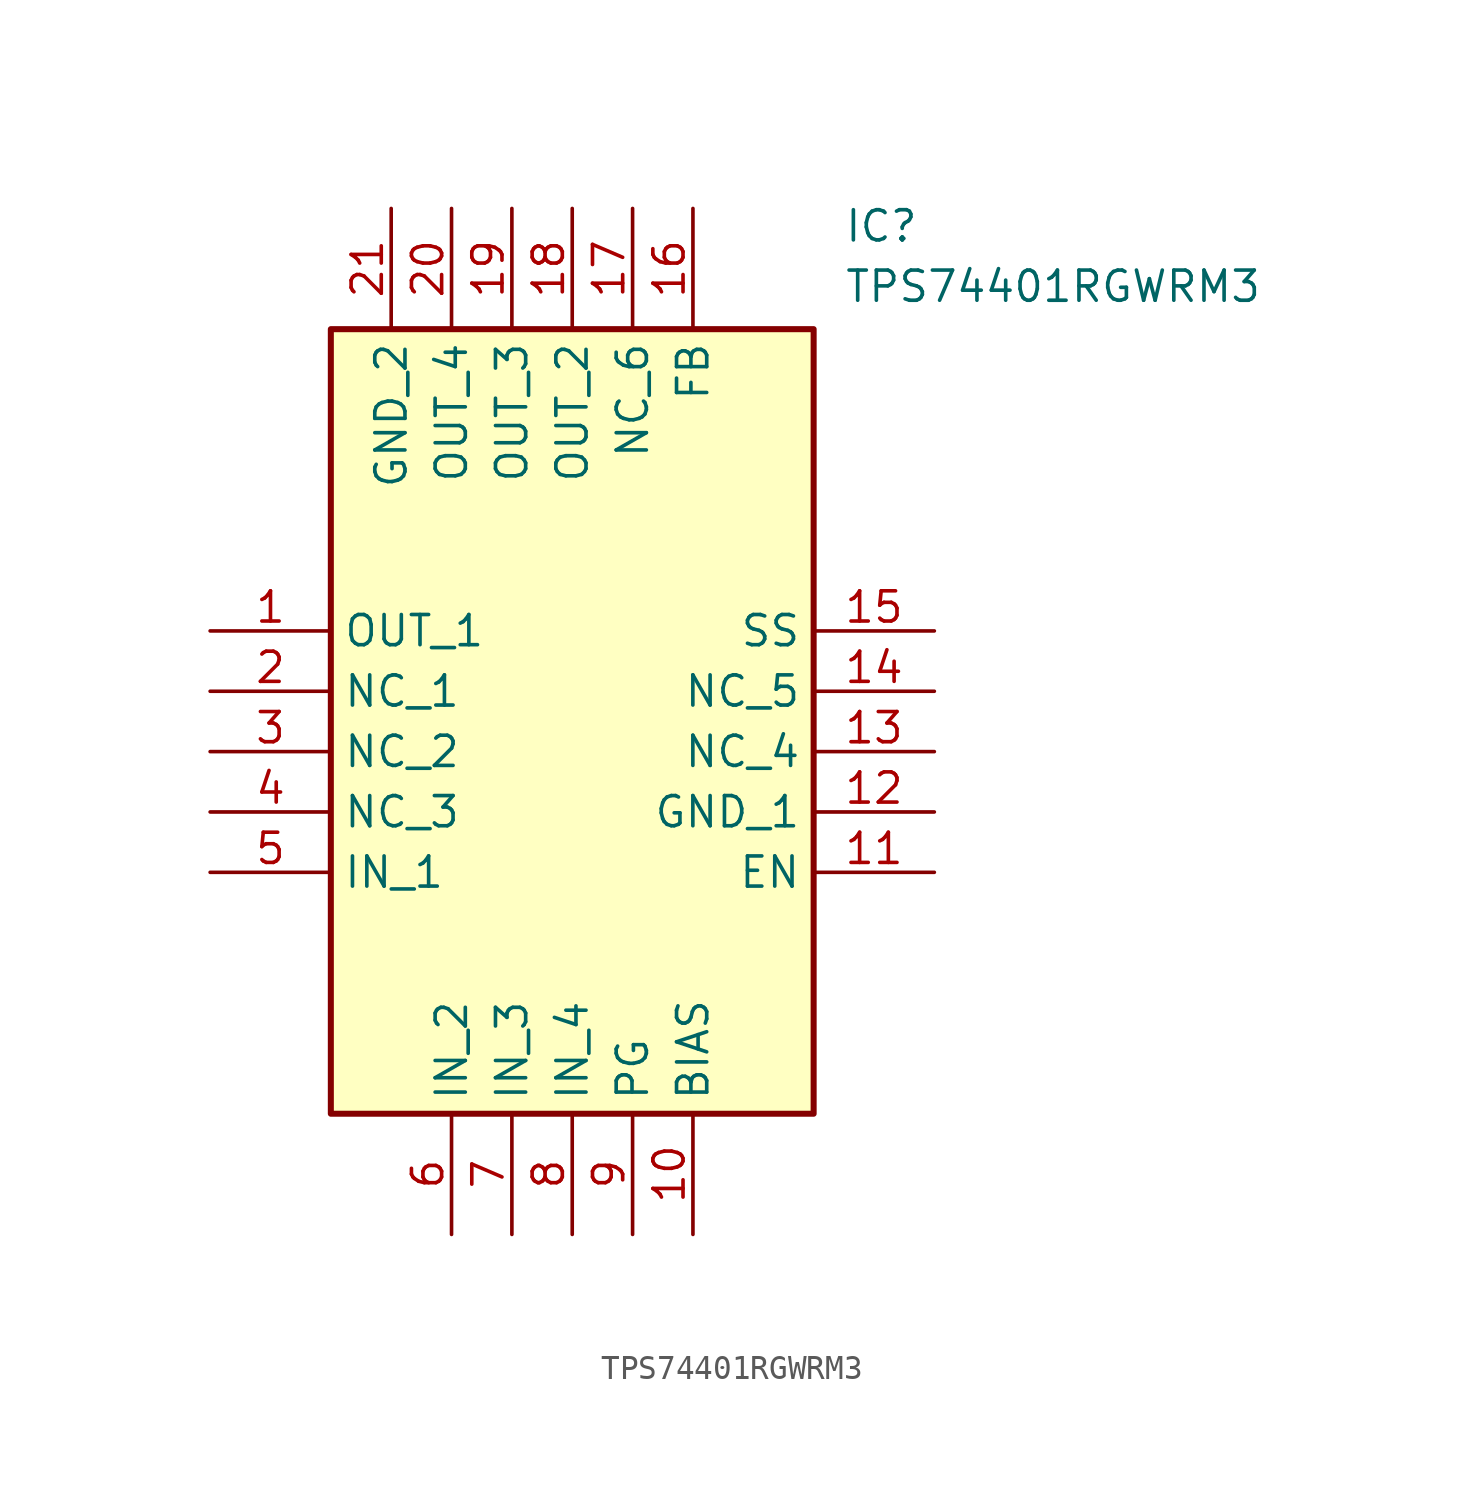
<source format=kicad_sym>
(kicad_symbol_lib
  (version 20211014)
  (generator SamacSys_ECAD_Model)
  (symbol "TPS74401RGWRM3"
    (property "Reference" "IC"
      (at 26.67 17.78 0)
      (effects (font (size 1.27 1.27)) (justify left top)))
    (property "Value" "TPS74401RGWRM3"
      (at 26.67 15.24 0)
      (effects (font (size 1.27 1.27)) (justify left top)))
    (rectangle
      (start 5.08 12.7)
      (end 25.4 -20.32)
      (stroke (width 0.254) (type default))
      (fill (type background)))
    (pin passive line
      (at 0 0 0)
      (length 5.08)
      (name "OUT_1" (effects (font (size 1.27 1.27))))
      (number "1" (effects (font (size 1.27 1.27)))))
    (pin passive line
      (at 0 -2.54 0)
      (length 5.08)
      (name "NC_1" (effects (font (size 1.27 1.27))))
      (number "2" (effects (font (size 1.27 1.27)))))
    (pin passive line
      (at 0 -5.08 0)
      (length 5.08)
      (name "NC_2" (effects (font (size 1.27 1.27))))
      (number "3" (effects (font (size 1.27 1.27)))))
    (pin passive line
      (at 0 -7.62 0)
      (length 5.08)
      (name "NC_3" (effects (font (size 1.27 1.27))))
      (number "4" (effects (font (size 1.27 1.27)))))
    (pin passive line
      (at 0 -10.16 0)
      (length 5.08)
      (name "IN_1" (effects (font (size 1.27 1.27))))
      (number "5" (effects (font (size 1.27 1.27)))))
    (pin passive line
      (at 10.16 -25.4 90)
      (length 5.08)
      (name "IN_2" (effects (font (size 1.27 1.27))))
      (number "6" (effects (font (size 1.27 1.27)))))
    (pin passive line
      (at 12.7 -25.4 90)
      (length 5.08)
      (name "IN_3" (effects (font (size 1.27 1.27))))
      (number "7" (effects (font (size 1.27 1.27)))))
    (pin passive line
      (at 15.24 -25.4 90)
      (length 5.08)
      (name "IN_4" (effects (font (size 1.27 1.27))))
      (number "8" (effects (font (size 1.27 1.27)))))
    (pin passive line
      (at 17.78 -25.4 90)
      (length 5.08)
      (name "PG" (effects (font (size 1.27 1.27))))
      (number "9" (effects (font (size 1.27 1.27)))))
    (pin passive line
      (at 20.32 -25.4 90)
      (length 5.08)
      (name "BIAS" (effects (font (size 1.27 1.27))))
      (number "10" (effects (font (size 1.27 1.27)))))
    (pin passive line
      (at 30.48 0 180)
      (length 5.08)
      (name "SS" (effects (font (size 1.27 1.27))))
      (number "15" (effects (font (size 1.27 1.27)))))
    (pin passive line
      (at 30.48 -2.54 180)
      (length 5.08)
      (name "NC_5" (effects (font (size 1.27 1.27))))
      (number "14" (effects (font (size 1.27 1.27)))))
    (pin passive line
      (at 30.48 -5.08 180)
      (length 5.08)
      (name "NC_4" (effects (font (size 1.27 1.27))))
      (number "13" (effects (font (size 1.27 1.27)))))
    (pin passive line
      (at 30.48 -7.62 180)
      (length 5.08)
      (name "GND_1" (effects (font (size 1.27 1.27))))
      (number "12" (effects (font (size 1.27 1.27)))))
    (pin passive line
      (at 30.48 -10.16 180)
      (length 5.08)
      (name "EN" (effects (font (size 1.27 1.27))))
      (number "11" (effects (font (size 1.27 1.27)))))
    (pin passive line
      (at 7.62 17.78 270)
      (length 5.08)
      (name "GND_2" (effects (font (size 1.27 1.27))))
      (number "21" (effects (font (size 1.27 1.27)))))
    (pin passive line
      (at 10.16 17.78 270)
      (length 5.08)
      (name "OUT_4" (effects (font (size 1.27 1.27))))
      (number "20" (effects (font (size 1.27 1.27)))))
    (pin passive line
      (at 12.7 17.78 270)
      (length 5.08)
      (name "OUT_3" (effects (font (size 1.27 1.27))))
      (number "19" (effects (font (size 1.27 1.27)))))
    (pin passive line
      (at 15.24 17.78 270)
      (length 5.08)
      (name "OUT_2" (effects (font (size 1.27 1.27))))
      (number "18" (effects (font (size 1.27 1.27)))))
    (pin passive line
      (at 17.78 17.78 270)
      (length 5.08)
      (name "NC_6" (effects (font (size 1.27 1.27))))
      (number "17" (effects (font (size 1.27 1.27)))))
    (pin passive line
      (at 20.32 17.78 270)
      (length 5.08)
      (name "FB" (effects (font (size 1.27 1.27))))
      (number "16" (effects (font (size 1.27 1.27)))))))
</source>
